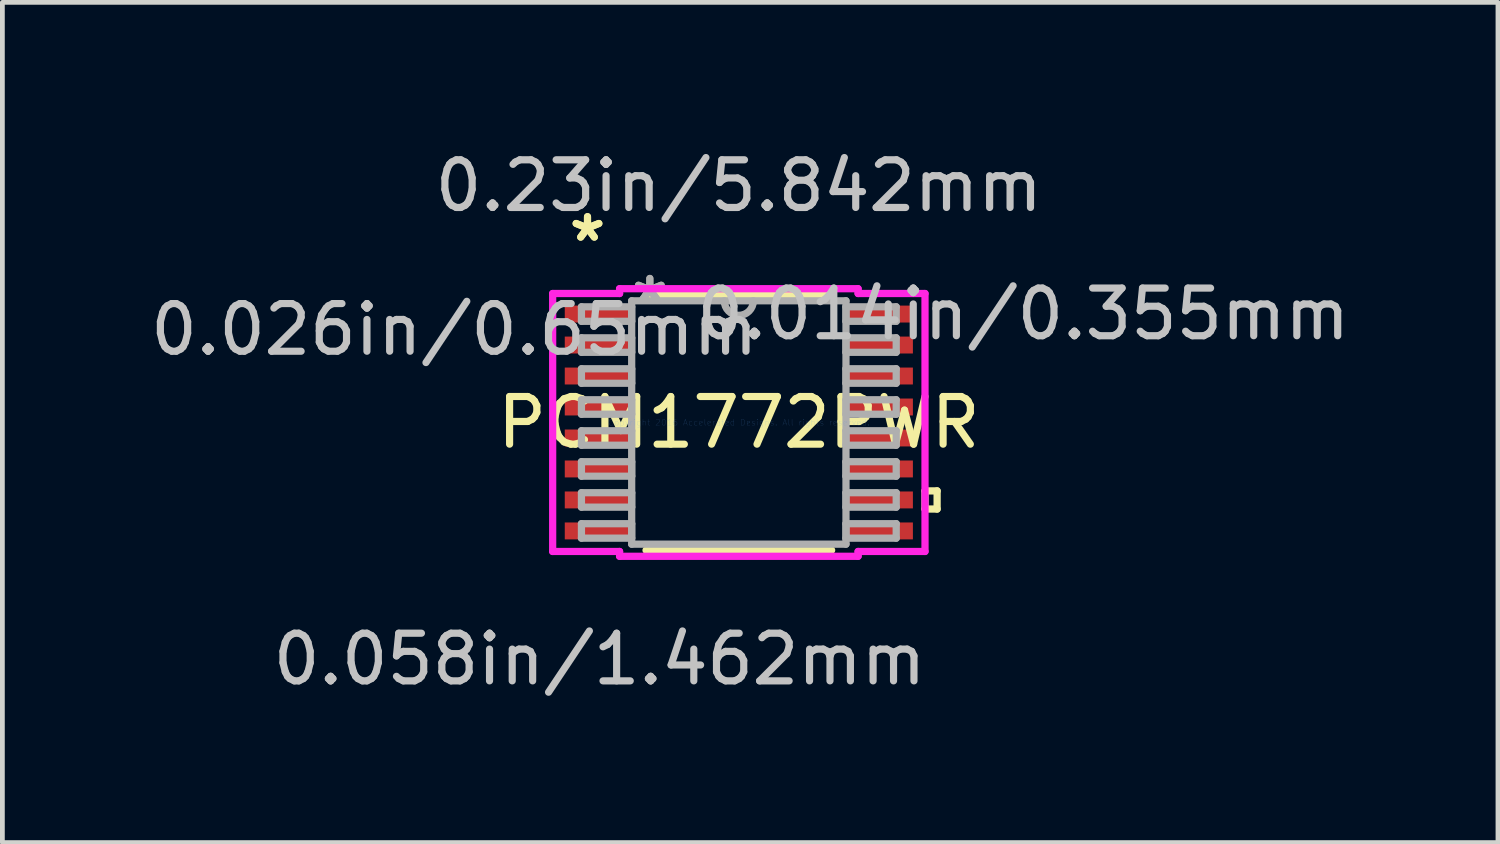
<source format=kicad_pcb>
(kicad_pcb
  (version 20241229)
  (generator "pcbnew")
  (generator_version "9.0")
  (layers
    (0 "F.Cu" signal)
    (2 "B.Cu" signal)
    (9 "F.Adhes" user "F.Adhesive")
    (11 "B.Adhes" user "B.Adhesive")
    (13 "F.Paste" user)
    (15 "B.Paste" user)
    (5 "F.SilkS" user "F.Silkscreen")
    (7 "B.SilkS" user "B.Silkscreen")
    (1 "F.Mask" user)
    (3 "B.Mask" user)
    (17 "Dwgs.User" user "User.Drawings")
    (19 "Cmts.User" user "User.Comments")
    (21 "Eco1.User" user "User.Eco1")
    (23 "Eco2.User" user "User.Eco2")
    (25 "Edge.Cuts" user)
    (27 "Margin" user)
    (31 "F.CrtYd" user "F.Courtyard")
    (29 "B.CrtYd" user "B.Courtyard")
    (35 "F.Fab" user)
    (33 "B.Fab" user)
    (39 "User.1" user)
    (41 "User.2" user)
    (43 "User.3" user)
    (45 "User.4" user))
  (footprint "PCM1772PWR"
    (layer "F.Cu")
    (at 12.451 5.814)
    (property "Reference" "PCM1772PWR" (at 0 0 0) (layer "F.SilkS") (effects (font (size 1 1) (thickness 0.15))))
    (attr through_hole)
    (fp_line (start -1.947 2.68) (end 1.947 2.68) (stroke (width 0.152) (type solid)) (layer "F.SilkS"))
    (fp_line (start 1.947 -2.68) (end -1.947 -2.68) (stroke (width 0.152) (type solid)) (layer "F.SilkS"))
    (fp_line (start 3.906 1.435) (end 4.16 1.435) (stroke (width 0.152) (type solid)) (layer "F.SilkS"))
    (fp_line (start 3.906 1.816) (end 3.906 1.435) (stroke (width 0.152) (type solid)) (layer "F.SilkS"))
    (fp_line (start 4.16 1.435) (end 4.16 1.816) (stroke (width 0.152) (type solid)) (layer "F.SilkS"))
    (fp_line (start 4.16 1.816) (end 3.906 1.816) (stroke (width 0.152) (type solid)) (layer "F.SilkS"))
    (fp_line (start -3.906 -2.706) (end -2.502 -2.706) (stroke (width 0.152) (type solid)) (layer "F.CrtYd"))
    (fp_line (start -3.906 2.706) (end -3.906 -2.706) (stroke (width 0.152) (type solid)) (layer "F.CrtYd"))
    (fp_line (start -2.502 -2.807) (end 2.502 -2.807) (stroke (width 0.152) (type solid)) (layer "F.CrtYd"))
    (fp_line (start -2.502 -2.706) (end -2.502 -2.807) (stroke (width 0.152) (type solid)) (layer "F.CrtYd"))
    (fp_line (start -2.502 2.706) (end -3.906 2.706) (stroke (width 0.152) (type solid)) (layer "F.CrtYd"))
    (fp_line (start -2.502 2.807) (end -2.502 2.706) (stroke (width 0.152) (type solid)) (layer "F.CrtYd"))
    (fp_line (start 2.502 -2.807) (end 2.502 -2.706) (stroke (width 0.152) (type solid)) (layer "F.CrtYd"))
    (fp_line (start 2.502 -2.706) (end 3.906 -2.706) (stroke (width 0.152) (type solid)) (layer "F.CrtYd"))
    (fp_line (start 2.502 2.706) (end 2.502 2.807) (stroke (width 0.152) (type solid)) (layer "F.CrtYd"))
    (fp_line (start 2.502 2.807) (end -2.502 2.807) (stroke (width 0.152) (type solid)) (layer "F.CrtYd"))
    (fp_line (start 3.906 -2.706) (end 3.906 2.706) (stroke (width 0.152) (type solid)) (layer "F.CrtYd"))
    (fp_line (start 3.906 2.706) (end 2.502 2.706) (stroke (width 0.152) (type solid)) (layer "F.CrtYd"))
    (fp_line (start -3.302 -2.427) (end -3.302 -2.123) (stroke (width 0.152) (type solid)) (layer "F.Fab"))
    (fp_line (start -3.302 -2.123) (end -2.248 -2.123) (stroke (width 0.152) (type solid)) (layer "F.Fab"))
    (fp_line (start -3.302 -1.777) (end -3.302 -1.473) (stroke (width 0.152) (type solid)) (layer "F.Fab"))
    (fp_line (start -3.302 -1.473) (end -2.248 -1.473) (stroke (width 0.152) (type solid)) (layer "F.Fab"))
    (fp_line (start -3.302 -1.127) (end -3.302 -0.823) (stroke (width 0.152) (type solid)) (layer "F.Fab"))
    (fp_line (start -3.302 -0.823) (end -2.248 -0.823) (stroke (width 0.152) (type solid)) (layer "F.Fab"))
    (fp_line (start -3.302 -0.477) (end -3.302 -0.173) (stroke (width 0.152) (type solid)) (layer "F.Fab"))
    (fp_line (start -3.302 -0.173) (end -2.248 -0.173) (stroke (width 0.152) (type solid)) (layer "F.Fab"))
    (fp_line (start -3.302 0.173) (end -3.302 0.477) (stroke (width 0.152) (type solid)) (layer "F.Fab"))
    (fp_line (start -3.302 0.477) (end -2.248 0.477) (stroke (width 0.152) (type solid)) (layer "F.Fab"))
    (fp_line (start -3.302 0.823) (end -3.302 1.127) (stroke (width 0.152) (type solid)) (layer "F.Fab"))
    (fp_line (start -3.302 1.127) (end -2.248 1.127) (stroke (width 0.152) (type solid)) (layer "F.Fab"))
    (fp_line (start -3.302 1.473) (end -3.302 1.777) (stroke (width 0.152) (type solid)) (layer "F.Fab"))
    (fp_line (start -3.302 1.777) (end -2.248 1.777) (stroke (width 0.152) (type solid)) (layer "F.Fab"))
    (fp_line (start -3.302 2.123) (end -3.302 2.427) (stroke (width 0.152) (type solid)) (layer "F.Fab"))
    (fp_line (start -3.302 2.427) (end -2.248 2.427) (stroke (width 0.152) (type solid)) (layer "F.Fab"))
    (fp_line (start -2.248 -2.553) (end -2.248 2.553) (stroke (width 0.152) (type solid)) (layer "F.Fab"))
    (fp_line (start -2.248 -2.427) (end -3.302 -2.427) (stroke (width 0.152) (type solid)) (layer "F.Fab"))
    (fp_line (start -2.248 -2.123) (end -2.248 -2.427) (stroke (width 0.152) (type solid)) (layer "F.Fab"))
    (fp_line (start -2.248 -1.777) (end -3.302 -1.777) (stroke (width 0.152) (type solid)) (layer "F.Fab"))
    (fp_line (start -2.248 -1.473) (end -2.248 -1.777) (stroke (width 0.152) (type solid)) (layer "F.Fab"))
    (fp_line (start -2.248 -1.127) (end -3.302 -1.127) (stroke (width 0.152) (type solid)) (layer "F.Fab"))
    (fp_line (start -2.248 -0.823) (end -2.248 -1.127) (stroke (width 0.152) (type solid)) (layer "F.Fab"))
    (fp_line (start -2.248 -0.477) (end -3.302 -0.477) (stroke (width 0.152) (type solid)) (layer "F.Fab"))
    (fp_line (start -2.248 -0.173) (end -2.248 -0.477) (stroke (width 0.152) (type solid)) (layer "F.Fab"))
    (fp_line (start -2.248 0.173) (end -3.302 0.173) (stroke (width 0.152) (type solid)) (layer "F.Fab"))
    (fp_line (start -2.248 0.477) (end -2.248 0.173) (stroke (width 0.152) (type solid)) (layer "F.Fab"))
    (fp_line (start -2.248 0.823) (end -3.302 0.823) (stroke (width 0.152) (type solid)) (layer "F.Fab"))
    (fp_line (start -2.248 1.127) (end -2.248 0.823) (stroke (width 0.152) (type solid)) (layer "F.Fab"))
    (fp_line (start -2.248 1.473) (end -3.302 1.473) (stroke (width 0.152) (type solid)) (layer "F.Fab"))
    (fp_line (start -2.248 1.777) (end -2.248 1.473) (stroke (width 0.152) (type solid)) (layer "F.Fab"))
    (fp_line (start -2.248 2.123) (end -3.302 2.123) (stroke (width 0.152) (type solid)) (layer "F.Fab"))
    (fp_line (start -2.248 2.427) (end -2.248 2.123) (stroke (width 0.152) (type solid)) (layer "F.Fab"))
    (fp_line (start -2.248 2.553) (end 2.248 2.553) (stroke (width 0.152) (type solid)) (layer "F.Fab"))
    (fp_line (start 2.248 -2.553) (end -2.248 -2.553) (stroke (width 0.152) (type solid)) (layer "F.Fab"))
    (fp_line (start 2.248 -2.427) (end 2.248 -2.123) (stroke (width 0.152) (type solid)) (layer "F.Fab"))
    (fp_line (start 2.248 -2.123) (end 3.302 -2.123) (stroke (width 0.152) (type solid)) (layer "F.Fab"))
    (fp_line (start 2.248 -1.777) (end 2.248 -1.473) (stroke (width 0.152) (type solid)) (layer "F.Fab"))
    (fp_line (start 2.248 -1.473) (end 3.302 -1.473) (stroke (width 0.152) (type solid)) (layer "F.Fab"))
    (fp_line (start 2.248 -1.127) (end 2.248 -0.823) (stroke (width 0.152) (type solid)) (layer "F.Fab"))
    (fp_line (start 2.248 -0.823) (end 3.302 -0.823) (stroke (width 0.152) (type solid)) (layer "F.Fab"))
    (fp_line (start 2.248 -0.477) (end 2.248 -0.173) (stroke (width 0.152) (type solid)) (layer "F.Fab"))
    (fp_line (start 2.248 -0.173) (end 3.302 -0.173) (stroke (width 0.152) (type solid)) (layer "F.Fab"))
    (fp_line (start 2.248 0.173) (end 2.248 0.477) (stroke (width 0.152) (type solid)) (layer "F.Fab"))
    (fp_line (start 2.248 0.477) (end 3.302 0.477) (stroke (width 0.152) (type solid)) (layer "F.Fab"))
    (fp_line (start 2.248 0.823) (end 2.248 1.127) (stroke (width 0.152) (type solid)) (layer "F.Fab"))
    (fp_line (start 2.248 1.127) (end 3.302 1.127) (stroke (width 0.152) (type solid)) (layer "F.Fab"))
    (fp_line (start 2.248 1.473) (end 2.248 1.777) (stroke (width 0.152) (type solid)) (layer "F.Fab"))
    (fp_line (start 2.248 1.777) (end 3.302 1.777) (stroke (width 0.152) (type solid)) (layer "F.Fab"))
    (fp_line (start 2.248 2.123) (end 2.248 2.427) (stroke (width 0.152) (type solid)) (layer "F.Fab"))
    (fp_line (start 2.248 2.427) (end 3.302 2.427) (stroke (width 0.152) (type solid)) (layer "F.Fab"))
    (fp_line (start 2.248 2.553) (end 2.248 -2.553) (stroke (width 0.152) (type solid)) (layer "F.Fab"))
    (fp_line (start 3.302 -2.427) (end 2.248 -2.427) (stroke (width 0.152) (type solid)) (layer "F.Fab"))
    (fp_line (start 3.302 -2.123) (end 3.302 -2.427) (stroke (width 0.152) (type solid)) (layer "F.Fab"))
    (fp_line (start 3.302 -1.777) (end 2.248 -1.777) (stroke (width 0.152) (type solid)) (layer "F.Fab"))
    (fp_line (start 3.302 -1.473) (end 3.302 -1.777) (stroke (width 0.152) (type solid)) (layer "F.Fab"))
    (fp_line (start 3.302 -1.127) (end 2.248 -1.127) (stroke (width 0.152) (type solid)) (layer "F.Fab"))
    (fp_line (start 3.302 -0.823) (end 3.302 -1.127) (stroke (width 0.152) (type solid)) (layer "F.Fab"))
    (fp_line (start 3.302 -0.477) (end 2.248 -0.477) (stroke (width 0.152) (type solid)) (layer "F.Fab"))
    (fp_line (start 3.302 -0.173) (end 3.302 -0.477) (stroke (width 0.152) (type solid)) (layer "F.Fab"))
    (fp_line (start 3.302 0.173) (end 2.248 0.173) (stroke (width 0.152) (type solid)) (layer "F.Fab"))
    (fp_line (start 3.302 0.477) (end 3.302 0.173) (stroke (width 0.152) (type solid)) (layer "F.Fab"))
    (fp_line (start 3.302 0.823) (end 2.248 0.823) (stroke (width 0.152) (type solid)) (layer "F.Fab"))
    (fp_line (start 3.302 1.127) (end 3.302 0.823) (stroke (width 0.152) (type solid)) (layer "F.Fab"))
    (fp_line (start 3.302 1.473) (end 2.248 1.473) (stroke (width 0.152) (type solid)) (layer "F.Fab"))
    (fp_line (start 3.302 1.777) (end 3.302 1.473) (stroke (width 0.152) (type solid)) (layer "F.Fab"))
    (fp_line (start 3.302 2.123) (end 2.248 2.123) (stroke (width 0.152) (type solid)) (layer "F.Fab"))
    (fp_line (start 3.302 2.427) (end 3.302 2.123) (stroke (width 0.152) (type solid)) (layer "F.Fab"))
    (fp_arc (start 0.3048 -2.5527) (mid 0 -2.2479) (end -0.3048 -2.5527) (stroke (width 0.1524) (type solid)) (layer "F.Fab"))
    (fp_text user "*" (at -3.175 -3.773 0) (layer "F.SilkS") (effects (font (size 1 1) (thickness 0.15))))
    (fp_text user "*" (at -3.175 -3.773 0) (layer "F.SilkS") (effects (font (size 1 1) (thickness 0.15))))
    (fp_text user "0.23in/5.842mm" (at 0 -4.966 0) (layer "Dwgs.User") (effects (font (size 1 1) (thickness 0.15))))
    (fp_text user "0.026in/0.65mm" (at -5.969 -1.95 0) (layer "Dwgs.User") (effects (font (size 1 1) (thickness 0.15))))
    (fp_text user "0.058in/1.462mm" (at -2.921 4.966 0) (layer "Dwgs.User") (effects (font (size 1 1) (thickness 0.15))))
    (fp_text user "0.014in/0.355mm" (at 5.969 -2.275 0) (layer "Dwgs.User") (effects (font (size 1 1) (thickness 0.15))))
    (fp_text user "Copyright 2016 Accelerated Designs. All rights reserved." (at 0 0 0) (layer "Cmts.User") (effects (font (size 0.127 0.127) (thickness 0.002))))
    (fp_text user "*" (at -1.867 -2.477 0) (layer "F.Fab") (effects (font (size 1 1) (thickness 0.15))))
    (fp_text user "*" (at -1.867 -2.477 0) (layer "F.Fab") (effects (font (size 1 1) (thickness 0.15))))
    (pad "1" smd rect (at -2.921 -2.275) (size 1.462 0.355) (layers "F.Cu" "F.Mask" "F.Paste"))
    (pad "2" smd rect (at -2.921 -1.625) (size 1.462 0.355) (layers "F.Cu" "F.Mask" "F.Paste"))
    (pad "3" smd rect (at -2.921 -0.975) (size 1.462 0.355) (layers "F.Cu" "F.Mask" "F.Paste"))
    (pad "4" smd rect (at -2.921 -0.325) (size 1.462 0.355) (layers "F.Cu" "F.Mask" "F.Paste"))
    (pad "5" smd rect (at -2.921 0.325) (size 1.462 0.355) (layers "F.Cu" "F.Mask" "F.Paste"))
    (pad "6" smd rect (at -2.921 0.975) (size 1.462 0.355) (layers "F.Cu" "F.Mask" "F.Paste"))
    (pad "7" smd rect (at -2.921 1.625) (size 1.462 0.355) (layers "F.Cu" "F.Mask" "F.Paste"))
    (pad "8" smd rect (at -2.921 2.275) (size 1.462 0.355) (layers "F.Cu" "F.Mask" "F.Paste"))
    (pad "9" smd rect (at 2.921 2.275) (size 1.462 0.355) (layers "F.Cu" "F.Mask" "F.Paste"))
    (pad "10" smd rect (at 2.921 1.625) (size 1.462 0.355) (layers "F.Cu" "F.Mask" "F.Paste"))
    (pad "11" smd rect (at 2.921 0.975) (size 1.462 0.355) (layers "F.Cu" "F.Mask" "F.Paste"))
    (pad "12" smd rect (at 2.921 0.325) (size 1.462 0.355) (layers "F.Cu" "F.Mask" "F.Paste"))
    (pad "13" smd rect (at 2.921 -0.325) (size 1.462 0.355) (layers "F.Cu" "F.Mask" "F.Paste"))
    (pad "14" smd rect (at 2.921 -0.975) (size 1.462 0.355) (layers "F.Cu" "F.Mask" "F.Paste"))
    (pad "15" smd rect (at 2.921 -1.625) (size 1.462 0.355) (layers "F.Cu" "F.Mask" "F.Paste"))
    (pad "16" smd rect (at 2.921 -2.275) (size 1.462 0.355) (layers "F.Cu" "F.Mask" "F.Paste")))
  (gr_rect
    (start -3 -3)
    (end 28.378 14.628)
    (stroke (width 0.1) (type default))
    (fill no)
    (layer "Edge.Cuts")))
</source>
